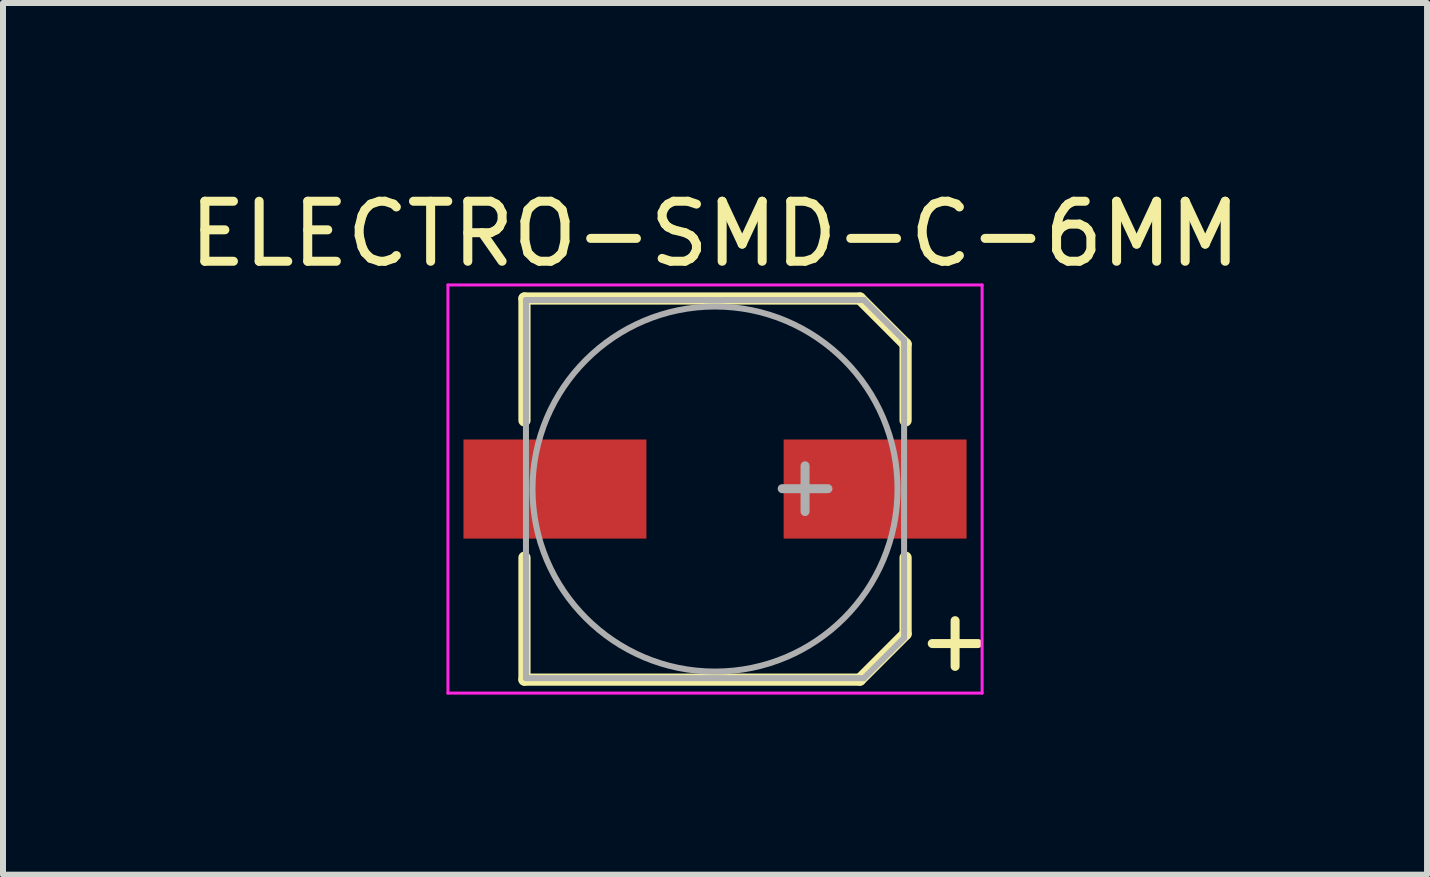
<source format=kicad_pcb>
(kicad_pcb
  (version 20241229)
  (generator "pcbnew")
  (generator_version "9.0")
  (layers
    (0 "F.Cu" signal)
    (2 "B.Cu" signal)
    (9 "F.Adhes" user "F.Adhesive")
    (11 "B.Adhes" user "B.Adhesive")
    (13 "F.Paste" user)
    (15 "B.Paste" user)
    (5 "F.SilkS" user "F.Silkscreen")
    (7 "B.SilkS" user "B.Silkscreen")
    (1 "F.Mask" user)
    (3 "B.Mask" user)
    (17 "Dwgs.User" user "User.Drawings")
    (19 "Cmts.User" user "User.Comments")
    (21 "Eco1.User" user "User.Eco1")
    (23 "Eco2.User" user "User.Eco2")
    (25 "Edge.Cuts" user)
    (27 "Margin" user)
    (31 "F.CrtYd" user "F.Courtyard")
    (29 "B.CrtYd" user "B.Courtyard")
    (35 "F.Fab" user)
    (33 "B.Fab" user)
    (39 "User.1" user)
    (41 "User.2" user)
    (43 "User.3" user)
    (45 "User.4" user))
  (footprint "ELECTRO-SMD-C-6MM"
    (layer "F.Cu")
    (at 8.863 5.098)
    (property "Reference" "ELECTRO-SMD-C-6MM" (at 0 -4.25 0) (layer "F.SilkS") (effects (font (size 1 1) (thickness 0.15))))
    (attr smd)
    (fp_line (start -3.175 -3.175) (end -3.175 -1.143) (stroke (width 0.203) (type solid)) (layer "F.SilkS"))
    (fp_line (start -3.175 -3.175) (end 2.413 -3.175) (stroke (width 0.203) (type solid)) (layer "F.SilkS"))
    (fp_line (start -3.175 3.175) (end -3.175 1.143) (stroke (width 0.203) (type solid)) (layer "F.SilkS"))
    (fp_line (start 2.413 -3.175) (end 3.175 -2.413) (stroke (width 0.203) (type solid)) (layer "F.SilkS"))
    (fp_line (start 2.413 3.175) (end -3.175 3.175) (stroke (width 0.203) (type solid)) (layer "F.SilkS"))
    (fp_line (start 3.175 -2.413) (end 3.175 -1.143) (stroke (width 0.203) (type solid)) (layer "F.SilkS"))
    (fp_line (start 3.175 2.413) (end 2.413 3.175) (stroke (width 0.203) (type solid)) (layer "F.SilkS"))
    (fp_line (start 3.175 2.413) (end 3.175 1.143) (stroke (width 0.203) (type solid)) (layer "F.SilkS"))
    (fp_line (start -4.45 -3.4) (end 4.45 -3.4) (stroke (width 0.05) (type solid)) (layer "F.CrtYd"))
    (fp_line (start -4.45 3.4) (end -4.45 -3.4) (stroke (width 0.05) (type solid)) (layer "F.CrtYd"))
    (fp_line (start 4.45 -3.4) (end 4.45 3.4) (stroke (width 0.05) (type solid)) (layer "F.CrtYd"))
    (fp_line (start 4.45 3.4) (end -4.45 3.4) (stroke (width 0.05) (type solid)) (layer "F.CrtYd"))
    (fp_line (start -3.15 -3.15) (end -3.15 3.15) (stroke (width 0.1) (type solid)) (layer "F.Fab"))
    (fp_line (start -3.15 3.15) (end 2.48 3.15) (stroke (width 0.1) (type solid)) (layer "F.Fab"))
    (fp_line (start 2.48 -3.15) (end -3.15 -3.15) (stroke (width 0.1) (type solid)) (layer "F.Fab"))
    (fp_line (start 2.48 3.15) (end 3.15 2.48) (stroke (width 0.1) (type solid)) (layer "F.Fab"))
    (fp_line (start 3.15 -2.48) (end 2.48 -3.15) (stroke (width 0.1) (type solid)) (layer "F.Fab"))
    (fp_line (start 3.15 2.48) (end 3.15 -2.48) (stroke (width 0.1) (type solid)) (layer "F.Fab"))
    (fp_circle (center 0 0) (end 3.041 0) (stroke (width 0.1) (type solid)) (fill no) (layer "F.Fab"))
    (fp_text user "+" (at 4 2.5 0) (layer "F.SilkS") (effects (font (size 1 1) (thickness 0.15))))
    (fp_text user "+" (at 1.5 -0.08 0) (layer "F.Fab") (effects (font (size 1 1) (thickness 0.15))))
    (pad "1" smd rect (at -2.667 0) (size 3.048 1.651) (layers "F.Cu" "F.Mask" "F.Paste"))
    (pad "2" smd rect (at 2.667 0) (size 3.048 1.651) (layers "F.Cu" "F.Mask" "F.Paste")))
  (gr_rect
    (start -3 -3)
    (end 20.726 11.523)
    (stroke (width 0.1) (type default))
    (fill no)
    (layer "Edge.Cuts")))
</source>
